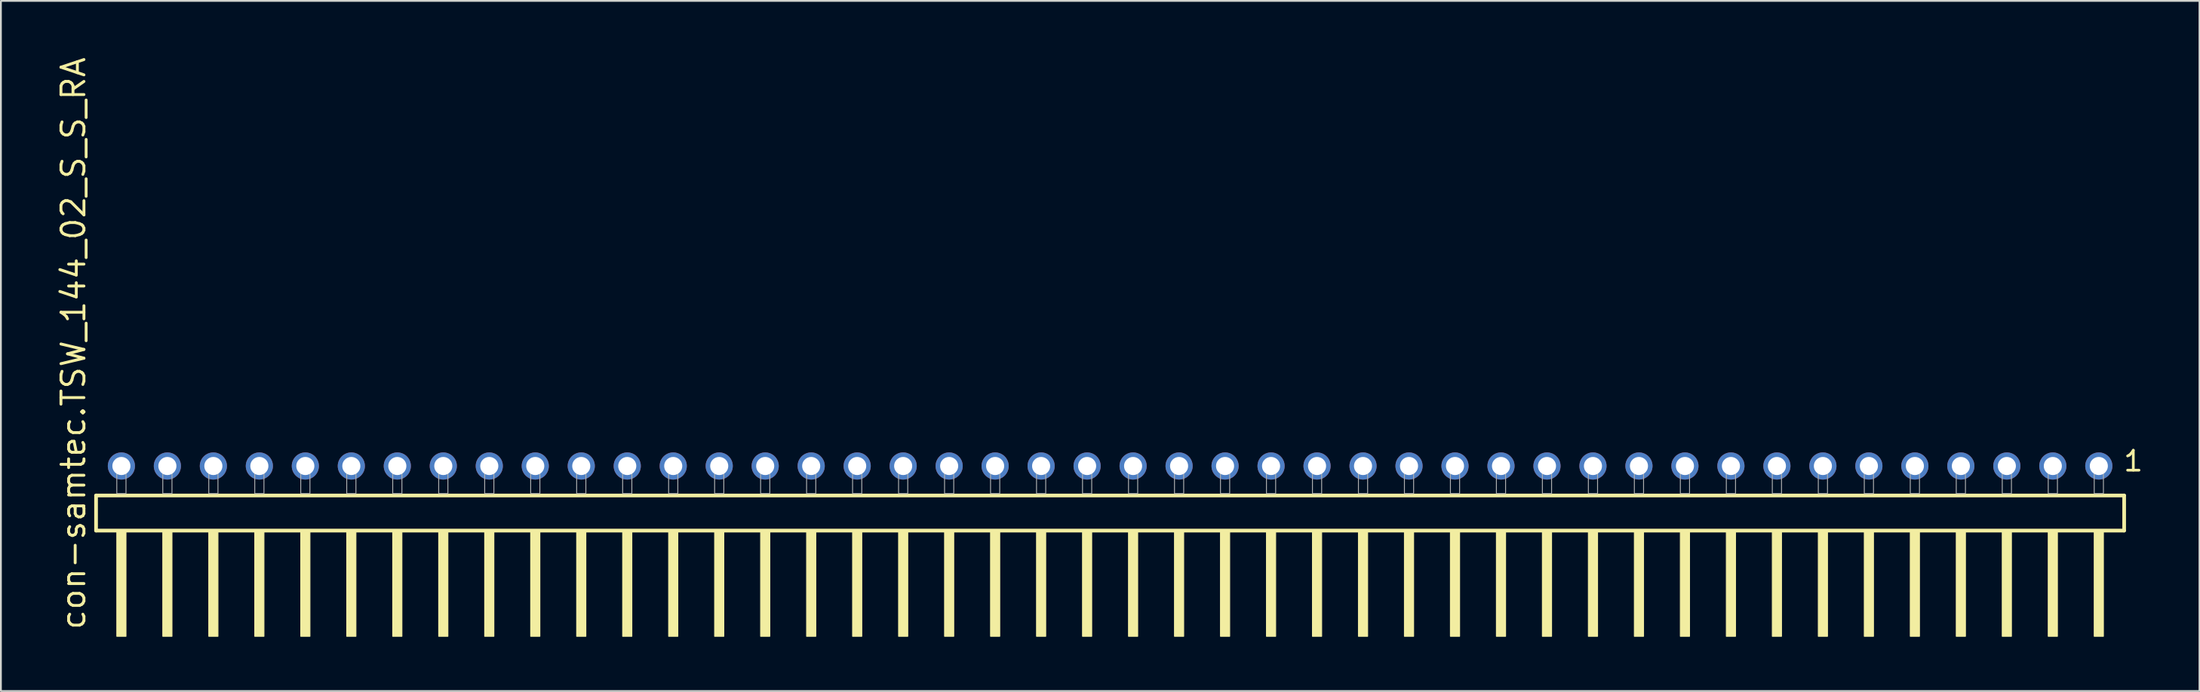
<source format=kicad_pcb>
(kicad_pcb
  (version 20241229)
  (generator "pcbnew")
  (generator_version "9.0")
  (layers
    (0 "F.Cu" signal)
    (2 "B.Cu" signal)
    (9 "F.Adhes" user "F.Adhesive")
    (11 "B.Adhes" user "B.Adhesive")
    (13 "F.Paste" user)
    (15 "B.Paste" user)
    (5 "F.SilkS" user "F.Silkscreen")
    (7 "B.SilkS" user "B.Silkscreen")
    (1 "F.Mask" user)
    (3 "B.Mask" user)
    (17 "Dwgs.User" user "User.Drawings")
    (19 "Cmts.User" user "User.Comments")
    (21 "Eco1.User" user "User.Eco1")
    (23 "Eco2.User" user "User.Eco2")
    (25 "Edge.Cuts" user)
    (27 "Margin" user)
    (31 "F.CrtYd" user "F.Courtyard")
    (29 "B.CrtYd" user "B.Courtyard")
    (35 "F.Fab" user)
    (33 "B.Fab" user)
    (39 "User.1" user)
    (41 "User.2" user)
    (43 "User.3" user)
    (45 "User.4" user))
  (footprint "con-samtec.TSW_144_02_S_S_RA"
    (layer "F.Cu")
    (at 58.265 24.235)
    (property "Reference" "con-samtec.TSW_144_02_S_S_RA" (at -56.515 7.62 90) (layer "F.SilkS") (effects (font (size 1.27 1.27) (thickness 0.16)) (justify left bottom)))
    (attr through_hole)
    (fp_line (start -56.009 0.106) (end -56.009 2.046) (stroke (width 0.203) (type default)) (layer "F.SilkS"))
    (fp_line (start -56.009 2.046) (end 56.009 2.046) (stroke (width 0.203) (type default)) (layer "F.SilkS"))
    (fp_line (start 56.009 0.106) (end -56.009 0.106) (stroke (width 0.203) (type default)) (layer "F.SilkS"))
    (fp_line (start 56.009 2.046) (end 56.009 0.106) (stroke (width 0.203) (type default)) (layer "F.SilkS"))
    (fp_rect (start -54.864 7.89) (end -54.356 2.04) (stroke (width 0.05) (type default)) (fill yes) (layer "F.SilkS"))
    (fp_rect (start -52.324 7.89) (end -51.816 2.04) (stroke (width 0.05) (type default)) (fill yes) (layer "F.SilkS"))
    (fp_rect (start -49.784 7.89) (end -49.276 2.04) (stroke (width 0.05) (type default)) (fill yes) (layer "F.SilkS"))
    (fp_rect (start -47.244 7.89) (end -46.736 2.04) (stroke (width 0.05) (type default)) (fill yes) (layer "F.SilkS"))
    (fp_rect (start -44.704 7.89) (end -44.196 2.04) (stroke (width 0.05) (type default)) (fill yes) (layer "F.SilkS"))
    (fp_rect (start -42.164 7.89) (end -41.656 2.04) (stroke (width 0.05) (type default)) (fill yes) (layer "F.SilkS"))
    (fp_rect (start -39.624 7.89) (end -39.116 2.04) (stroke (width 0.05) (type default)) (fill yes) (layer "F.SilkS"))
    (fp_rect (start -37.084 7.89) (end -36.576 2.04) (stroke (width 0.05) (type default)) (fill yes) (layer "F.SilkS"))
    (fp_rect (start -34.544 7.89) (end -34.036 2.04) (stroke (width 0.05) (type default)) (fill yes) (layer "F.SilkS"))
    (fp_rect (start -32.004 7.89) (end -31.496 2.04) (stroke (width 0.05) (type default)) (fill yes) (layer "F.SilkS"))
    (fp_rect (start -29.464 7.89) (end -28.956 2.04) (stroke (width 0.05) (type default)) (fill yes) (layer "F.SilkS"))
    (fp_rect (start -26.924 7.89) (end -26.416 2.04) (stroke (width 0.05) (type default)) (fill yes) (layer "F.SilkS"))
    (fp_rect (start -24.384 7.89) (end -23.876 2.04) (stroke (width 0.05) (type default)) (fill yes) (layer "F.SilkS"))
    (fp_rect (start -21.844 7.89) (end -21.336 2.04) (stroke (width 0.05) (type default)) (fill yes) (layer "F.SilkS"))
    (fp_rect (start -19.304 7.89) (end -18.796 2.04) (stroke (width 0.05) (type default)) (fill yes) (layer "F.SilkS"))
    (fp_rect (start -16.764 7.89) (end -16.256 2.04) (stroke (width 0.05) (type default)) (fill yes) (layer "F.SilkS"))
    (fp_rect (start -14.224 7.89) (end -13.716 2.04) (stroke (width 0.05) (type default)) (fill yes) (layer "F.SilkS"))
    (fp_rect (start -11.684 7.89) (end -11.176 2.04) (stroke (width 0.05) (type default)) (fill yes) (layer "F.SilkS"))
    (fp_rect (start -9.144 7.89) (end -8.636 2.04) (stroke (width 0.05) (type default)) (fill yes) (layer "F.SilkS"))
    (fp_rect (start -6.604 7.89) (end -6.096 2.04) (stroke (width 0.05) (type default)) (fill yes) (layer "F.SilkS"))
    (fp_rect (start -4.064 7.89) (end -3.556 2.04) (stroke (width 0.05) (type default)) (fill yes) (layer "F.SilkS"))
    (fp_rect (start -1.524 7.89) (end -1.016 2.04) (stroke (width 0.05) (type default)) (fill yes) (layer "F.SilkS"))
    (fp_rect (start 1.016 7.89) (end 1.524 2.04) (stroke (width 0.05) (type default)) (fill yes) (layer "F.SilkS"))
    (fp_rect (start 3.556 7.89) (end 4.064 2.04) (stroke (width 0.05) (type default)) (fill yes) (layer "F.SilkS"))
    (fp_rect (start 6.096 7.89) (end 6.604 2.04) (stroke (width 0.05) (type default)) (fill yes) (layer "F.SilkS"))
    (fp_rect (start 8.636 7.89) (end 9.144 2.04) (stroke (width 0.05) (type default)) (fill yes) (layer "F.SilkS"))
    (fp_rect (start 11.176 7.89) (end 11.684 2.04) (stroke (width 0.05) (type default)) (fill yes) (layer "F.SilkS"))
    (fp_rect (start 13.716 7.89) (end 14.224 2.04) (stroke (width 0.05) (type default)) (fill yes) (layer "F.SilkS"))
    (fp_rect (start 16.256 7.89) (end 16.764 2.04) (stroke (width 0.05) (type default)) (fill yes) (layer "F.SilkS"))
    (fp_rect (start 18.796 7.89) (end 19.304 2.04) (stroke (width 0.05) (type default)) (fill yes) (layer "F.SilkS"))
    (fp_rect (start 21.336 7.89) (end 21.844 2.04) (stroke (width 0.05) (type default)) (fill yes) (layer "F.SilkS"))
    (fp_rect (start 23.876 7.89) (end 24.384 2.04) (stroke (width 0.05) (type default)) (fill yes) (layer "F.SilkS"))
    (fp_rect (start 26.416 7.89) (end 26.924 2.04) (stroke (width 0.05) (type default)) (fill yes) (layer "F.SilkS"))
    (fp_rect (start 28.956 7.89) (end 29.464 2.04) (stroke (width 0.05) (type default)) (fill yes) (layer "F.SilkS"))
    (fp_rect (start 31.496 7.89) (end 32.004 2.04) (stroke (width 0.05) (type default)) (fill yes) (layer "F.SilkS"))
    (fp_rect (start 34.036 7.89) (end 34.544 2.04) (stroke (width 0.05) (type default)) (fill yes) (layer "F.SilkS"))
    (fp_rect (start 36.576 7.89) (end 37.084 2.04) (stroke (width 0.05) (type default)) (fill yes) (layer "F.SilkS"))
    (fp_rect (start 39.116 7.89) (end 39.624 2.04) (stroke (width 0.05) (type default)) (fill yes) (layer "F.SilkS"))
    (fp_rect (start 41.656 7.89) (end 42.164 2.04) (stroke (width 0.05) (type default)) (fill yes) (layer "F.SilkS"))
    (fp_rect (start 44.196 7.89) (end 44.704 2.04) (stroke (width 0.05) (type default)) (fill yes) (layer "F.SilkS"))
    (fp_rect (start 46.736 7.89) (end 47.244 2.04) (stroke (width 0.05) (type default)) (fill yes) (layer "F.SilkS"))
    (fp_rect (start 49.276 7.89) (end 49.784 2.04) (stroke (width 0.05) (type default)) (fill yes) (layer "F.SilkS"))
    (fp_rect (start 51.816 7.89) (end 52.324 2.04) (stroke (width 0.05) (type default)) (fill yes) (layer "F.SilkS"))
    (fp_rect (start 54.356 7.89) (end 54.864 2.04) (stroke (width 0.05) (type default)) (fill yes) (layer "F.SilkS"))
    (fp_rect (start -54.864 0) (end -54.356 -1.778) (stroke (width 0.05) (type default)) (fill no) (layer "F.Fab"))
    (fp_rect (start -52.324 0) (end -51.816 -1.778) (stroke (width 0.05) (type default)) (fill no) (layer "F.Fab"))
    (fp_rect (start -49.784 0) (end -49.276 -1.778) (stroke (width 0.05) (type default)) (fill no) (layer "F.Fab"))
    (fp_rect (start -47.244 0) (end -46.736 -1.778) (stroke (width 0.05) (type default)) (fill no) (layer "F.Fab"))
    (fp_rect (start -44.704 0) (end -44.196 -1.778) (stroke (width 0.05) (type default)) (fill no) (layer "F.Fab"))
    (fp_rect (start -42.164 0) (end -41.656 -1.778) (stroke (width 0.05) (type default)) (fill no) (layer "F.Fab"))
    (fp_rect (start -39.624 0) (end -39.116 -1.778) (stroke (width 0.05) (type default)) (fill no) (layer "F.Fab"))
    (fp_rect (start -37.084 0) (end -36.576 -1.778) (stroke (width 0.05) (type default)) (fill no) (layer "F.Fab"))
    (fp_rect (start -34.544 0) (end -34.036 -1.778) (stroke (width 0.05) (type default)) (fill no) (layer "F.Fab"))
    (fp_rect (start -32.004 0) (end -31.496 -1.778) (stroke (width 0.05) (type default)) (fill no) (layer "F.Fab"))
    (fp_rect (start -29.464 0) (end -28.956 -1.778) (stroke (width 0.05) (type default)) (fill no) (layer "F.Fab"))
    (fp_rect (start -26.924 0) (end -26.416 -1.778) (stroke (width 0.05) (type default)) (fill no) (layer "F.Fab"))
    (fp_rect (start -24.384 0) (end -23.876 -1.778) (stroke (width 0.05) (type default)) (fill no) (layer "F.Fab"))
    (fp_rect (start -21.844 0) (end -21.336 -1.778) (stroke (width 0.05) (type default)) (fill no) (layer "F.Fab"))
    (fp_rect (start -19.304 0) (end -18.796 -1.778) (stroke (width 0.05) (type default)) (fill no) (layer "F.Fab"))
    (fp_rect (start -16.764 0) (end -16.256 -1.778) (stroke (width 0.05) (type default)) (fill no) (layer "F.Fab"))
    (fp_rect (start -14.224 0) (end -13.716 -1.778) (stroke (width 0.05) (type default)) (fill no) (layer "F.Fab"))
    (fp_rect (start -11.684 0) (end -11.176 -1.778) (stroke (width 0.05) (type default)) (fill no) (layer "F.Fab"))
    (fp_rect (start -9.144 0) (end -8.636 -1.778) (stroke (width 0.05) (type default)) (fill no) (layer "F.Fab"))
    (fp_rect (start -6.604 0) (end -6.096 -1.778) (stroke (width 0.05) (type default)) (fill no) (layer "F.Fab"))
    (fp_rect (start -4.064 0) (end -3.556 -1.778) (stroke (width 0.05) (type default)) (fill no) (layer "F.Fab"))
    (fp_rect (start -1.524 0) (end -1.016 -1.778) (stroke (width 0.05) (type default)) (fill no) (layer "F.Fab"))
    (fp_rect (start 1.016 0) (end 1.524 -1.778) (stroke (width 0.05) (type default)) (fill no) (layer "F.Fab"))
    (fp_rect (start 3.556 0) (end 4.064 -1.778) (stroke (width 0.05) (type default)) (fill no) (layer "F.Fab"))
    (fp_rect (start 6.096 0) (end 6.604 -1.778) (stroke (width 0.05) (type default)) (fill no) (layer "F.Fab"))
    (fp_rect (start 8.636 0) (end 9.144 -1.778) (stroke (width 0.05) (type default)) (fill no) (layer "F.Fab"))
    (fp_rect (start 11.176 0) (end 11.684 -1.778) (stroke (width 0.05) (type default)) (fill no) (layer "F.Fab"))
    (fp_rect (start 13.716 0) (end 14.224 -1.778) (stroke (width 0.05) (type default)) (fill no) (layer "F.Fab"))
    (fp_rect (start 16.256 0) (end 16.764 -1.778) (stroke (width 0.05) (type default)) (fill no) (layer "F.Fab"))
    (fp_rect (start 18.796 0) (end 19.304 -1.778) (stroke (width 0.05) (type default)) (fill no) (layer "F.Fab"))
    (fp_rect (start 21.336 0) (end 21.844 -1.778) (stroke (width 0.05) (type default)) (fill no) (layer "F.Fab"))
    (fp_rect (start 23.876 0) (end 24.384 -1.778) (stroke (width 0.05) (type default)) (fill no) (layer "F.Fab"))
    (fp_rect (start 26.416 0) (end 26.924 -1.778) (stroke (width 0.05) (type default)) (fill no) (layer "F.Fab"))
    (fp_rect (start 28.956 0) (end 29.464 -1.778) (stroke (width 0.05) (type default)) (fill no) (layer "F.Fab"))
    (fp_rect (start 31.496 0) (end 32.004 -1.778) (stroke (width 0.05) (type default)) (fill no) (layer "F.Fab"))
    (fp_rect (start 34.036 0) (end 34.544 -1.778) (stroke (width 0.05) (type default)) (fill no) (layer "F.Fab"))
    (fp_rect (start 36.576 0) (end 37.084 -1.778) (stroke (width 0.05) (type default)) (fill no) (layer "F.Fab"))
    (fp_rect (start 39.116 0) (end 39.624 -1.778) (stroke (width 0.05) (type default)) (fill no) (layer "F.Fab"))
    (fp_rect (start 41.656 0) (end 42.164 -1.778) (stroke (width 0.05) (type default)) (fill no) (layer "F.Fab"))
    (fp_rect (start 44.196 0) (end 44.704 -1.778) (stroke (width 0.05) (type default)) (fill no) (layer "F.Fab"))
    (fp_rect (start 46.736 0) (end 47.244 -1.778) (stroke (width 0.05) (type default)) (fill no) (layer "F.Fab"))
    (fp_rect (start 49.276 0) (end 49.784 -1.778) (stroke (width 0.05) (type default)) (fill no) (layer "F.Fab"))
    (fp_rect (start 51.816 0) (end 52.324 -1.778) (stroke (width 0.05) (type default)) (fill no) (layer "F.Fab"))
    (fp_rect (start 54.356 0) (end 54.864 -1.778) (stroke (width 0.05) (type default)) (fill no) (layer "F.Fab"))
    (fp_text user "1" (at 55.892 -1.152 0) (layer "F.SilkS") (effects (font (size 1.1 1.1) (thickness 0.15)) (justify left bottom)))
    (pad "1" thru_hole circle (at 54.61 -1.524 180) (size 1.5 1.5) (drill 1) (layers "*.Cu" "*.Mask"))
    (pad "2" thru_hole circle (at 52.07 -1.524 180) (size 1.5 1.5) (drill 1) (layers "*.Cu" "*.Mask"))
    (pad "3" thru_hole circle (at 49.53 -1.524 180) (size 1.5 1.5) (drill 1) (layers "*.Cu" "*.Mask"))
    (pad "4" thru_hole circle (at 46.99 -1.524 180) (size 1.5 1.5) (drill 1) (layers "*.Cu" "*.Mask"))
    (pad "5" thru_hole circle (at 44.45 -1.524 180) (size 1.5 1.5) (drill 1) (layers "*.Cu" "*.Mask"))
    (pad "6" thru_hole circle (at 41.91 -1.524 180) (size 1.5 1.5) (drill 1) (layers "*.Cu" "*.Mask"))
    (pad "7" thru_hole circle (at 39.37 -1.524 180) (size 1.5 1.5) (drill 1) (layers "*.Cu" "*.Mask"))
    (pad "8" thru_hole circle (at 36.83 -1.524 180) (size 1.5 1.5) (drill 1) (layers "*.Cu" "*.Mask"))
    (pad "9" thru_hole circle (at 34.29 -1.524 180) (size 1.5 1.5) (drill 1) (layers "*.Cu" "*.Mask"))
    (pad "10" thru_hole circle (at 31.75 -1.524 180) (size 1.5 1.5) (drill 1) (layers "*.Cu" "*.Mask"))
    (pad "11" thru_hole circle (at 29.21 -1.524 180) (size 1.5 1.5) (drill 1) (layers "*.Cu" "*.Mask"))
    (pad "12" thru_hole circle (at 26.67 -1.524 180) (size 1.5 1.5) (drill 1) (layers "*.Cu" "*.Mask"))
    (pad "13" thru_hole circle (at 24.13 -1.524 180) (size 1.5 1.5) (drill 1) (layers "*.Cu" "*.Mask"))
    (pad "14" thru_hole circle (at 21.59 -1.524 180) (size 1.5 1.5) (drill 1) (layers "*.Cu" "*.Mask"))
    (pad "15" thru_hole circle (at 19.05 -1.524 180) (size 1.5 1.5) (drill 1) (layers "*.Cu" "*.Mask"))
    (pad "16" thru_hole circle (at 16.51 -1.524 180) (size 1.5 1.5) (drill 1) (layers "*.Cu" "*.Mask"))
    (pad "17" thru_hole circle (at 13.97 -1.524 180) (size 1.5 1.5) (drill 1) (layers "*.Cu" "*.Mask"))
    (pad "18" thru_hole circle (at 11.43 -1.524 180) (size 1.5 1.5) (drill 1) (layers "*.Cu" "*.Mask"))
    (pad "19" thru_hole circle (at 8.89 -1.524 180) (size 1.5 1.5) (drill 1) (layers "*.Cu" "*.Mask"))
    (pad "20" thru_hole circle (at 6.35 -1.524 180) (size 1.5 1.5) (drill 1) (layers "*.Cu" "*.Mask"))
    (pad "21" thru_hole circle (at 3.81 -1.524 180) (size 1.5 1.5) (drill 1) (layers "*.Cu" "*.Mask"))
    (pad "22" thru_hole circle (at 1.27 -1.524 180) (size 1.5 1.5) (drill 1) (layers "*.Cu" "*.Mask"))
    (pad "23" thru_hole circle (at -1.27 -1.524 180) (size 1.5 1.5) (drill 1) (layers "*.Cu" "*.Mask"))
    (pad "24" thru_hole circle (at -3.81 -1.524 180) (size 1.5 1.5) (drill 1) (layers "*.Cu" "*.Mask"))
    (pad "25" thru_hole circle (at -6.35 -1.524 180) (size 1.5 1.5) (drill 1) (layers "*.Cu" "*.Mask"))
    (pad "26" thru_hole circle (at -8.89 -1.524 180) (size 1.5 1.5) (drill 1) (layers "*.Cu" "*.Mask"))
    (pad "27" thru_hole circle (at -11.43 -1.524 180) (size 1.5 1.5) (drill 1) (layers "*.Cu" "*.Mask"))
    (pad "28" thru_hole circle (at -13.97 -1.524 180) (size 1.5 1.5) (drill 1) (layers "*.Cu" "*.Mask"))
    (pad "29" thru_hole circle (at -16.51 -1.524 180) (size 1.5 1.5) (drill 1) (layers "*.Cu" "*.Mask"))
    (pad "30" thru_hole circle (at -19.05 -1.524 180) (size 1.5 1.5) (drill 1) (layers "*.Cu" "*.Mask"))
    (pad "31" thru_hole circle (at -21.59 -1.524 180) (size 1.5 1.5) (drill 1) (layers "*.Cu" "*.Mask"))
    (pad "32" thru_hole circle (at -24.13 -1.524 180) (size 1.5 1.5) (drill 1) (layers "*.Cu" "*.Mask"))
    (pad "33" thru_hole circle (at -26.67 -1.524 180) (size 1.5 1.5) (drill 1) (layers "*.Cu" "*.Mask"))
    (pad "34" thru_hole circle (at -29.21 -1.524 180) (size 1.5 1.5) (drill 1) (layers "*.Cu" "*.Mask"))
    (pad "35" thru_hole circle (at -31.75 -1.524 180) (size 1.5 1.5) (drill 1) (layers "*.Cu" "*.Mask"))
    (pad "36" thru_hole circle (at -34.29 -1.524 180) (size 1.5 1.5) (drill 1) (layers "*.Cu" "*.Mask"))
    (pad "37" thru_hole circle (at -36.83 -1.524 180) (size 1.5 1.5) (drill 1) (layers "*.Cu" "*.Mask"))
    (pad "38" thru_hole circle (at -39.37 -1.524 180) (size 1.5 1.5) (drill 1) (layers "*.Cu" "*.Mask"))
    (pad "39" thru_hole circle (at -41.91 -1.524 180) (size 1.5 1.5) (drill 1) (layers "*.Cu" "*.Mask"))
    (pad "40" thru_hole circle (at -44.45 -1.524 180) (size 1.5 1.5) (drill 1) (layers "*.Cu" "*.Mask"))
    (pad "41" thru_hole circle (at -46.99 -1.524 180) (size 1.5 1.5) (drill 1) (layers "*.Cu" "*.Mask"))
    (pad "42" thru_hole circle (at -49.53 -1.524 180) (size 1.5 1.5) (drill 1) (layers "*.Cu" "*.Mask"))
    (pad "43" thru_hole circle (at -52.07 -1.524 180) (size 1.5 1.5) (drill 1) (layers "*.Cu" "*.Mask"))
    (pad "44" thru_hole circle (at -54.61 -1.524 180) (size 1.5 1.5) (drill 1) (layers "*.Cu" "*.Mask")))
  (gr_rect
    (start -3 -3)
    (end 118.435 35.15)
    (stroke (width 0.1) (type default))
    (fill no)
    (layer "Edge.Cuts")))
</source>
